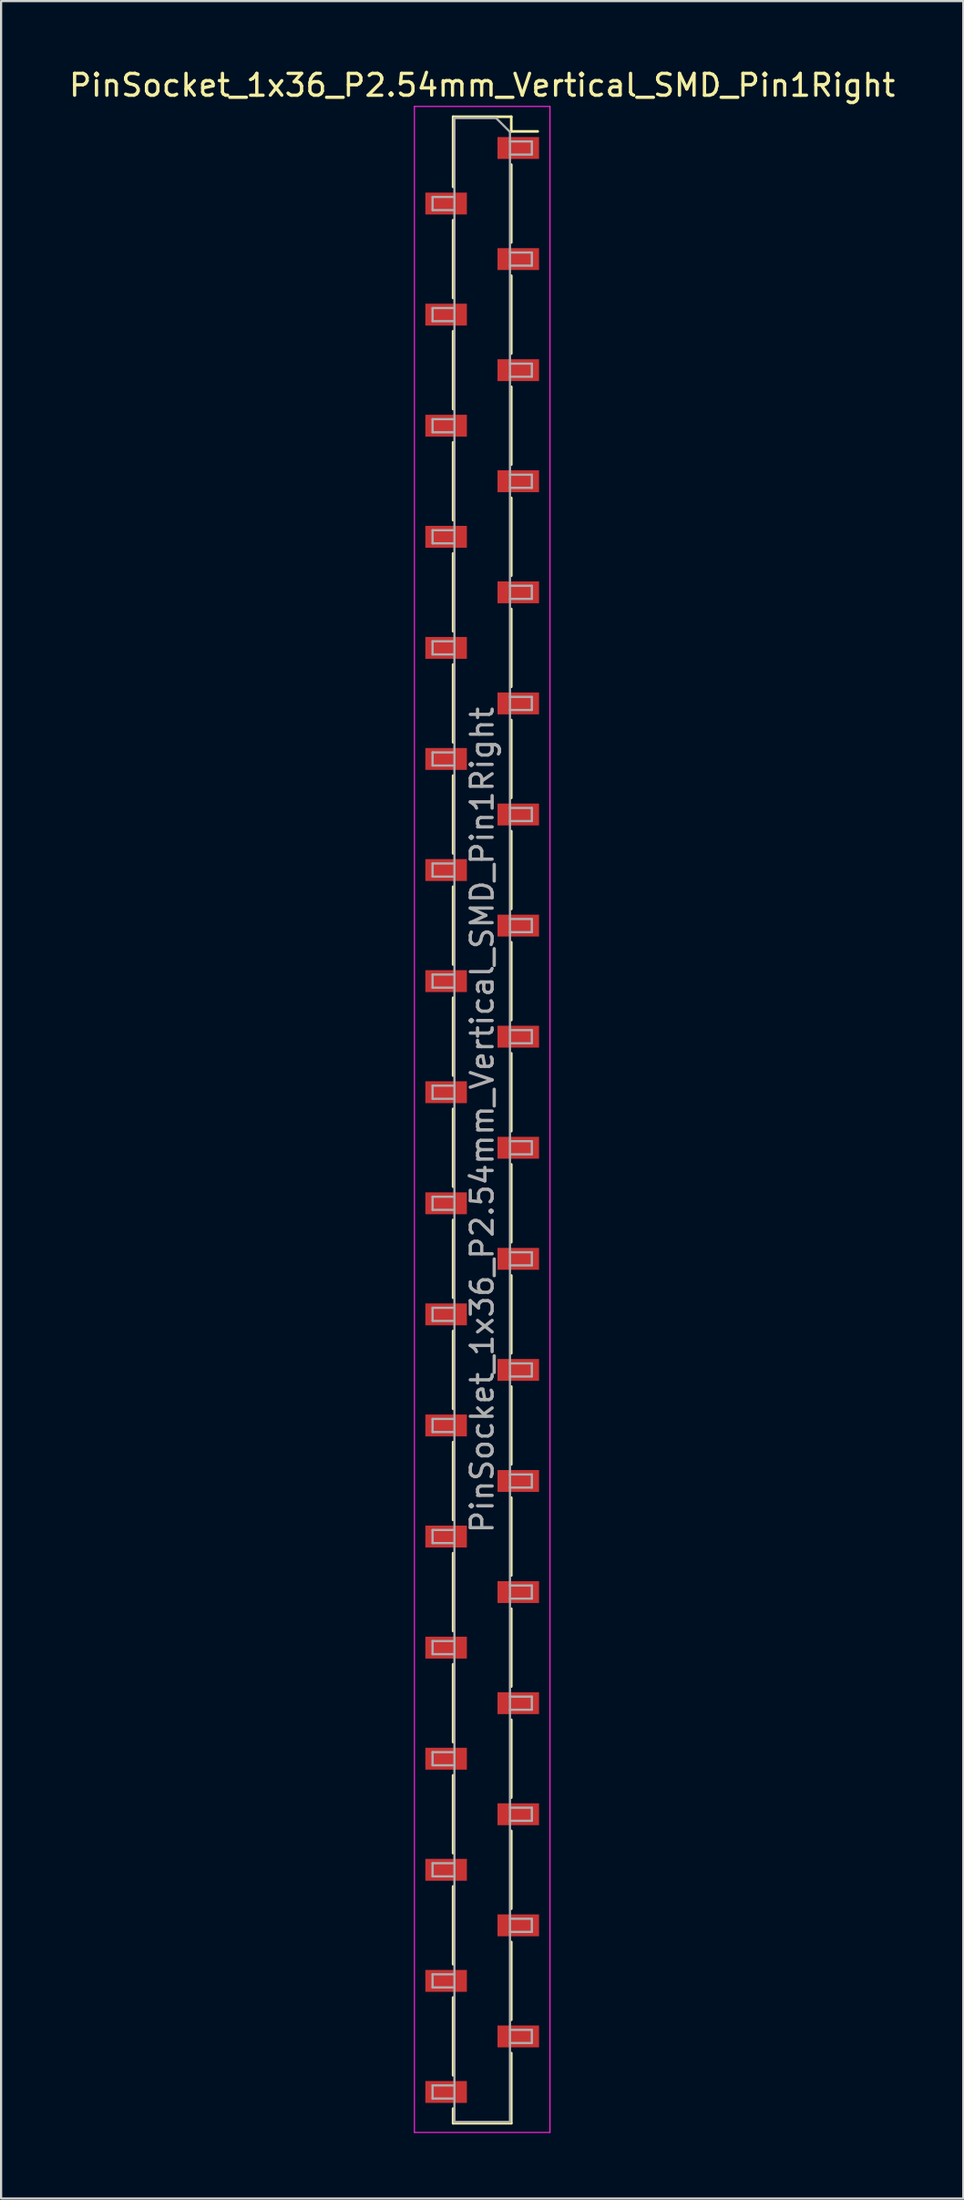
<source format=kicad_pcb>
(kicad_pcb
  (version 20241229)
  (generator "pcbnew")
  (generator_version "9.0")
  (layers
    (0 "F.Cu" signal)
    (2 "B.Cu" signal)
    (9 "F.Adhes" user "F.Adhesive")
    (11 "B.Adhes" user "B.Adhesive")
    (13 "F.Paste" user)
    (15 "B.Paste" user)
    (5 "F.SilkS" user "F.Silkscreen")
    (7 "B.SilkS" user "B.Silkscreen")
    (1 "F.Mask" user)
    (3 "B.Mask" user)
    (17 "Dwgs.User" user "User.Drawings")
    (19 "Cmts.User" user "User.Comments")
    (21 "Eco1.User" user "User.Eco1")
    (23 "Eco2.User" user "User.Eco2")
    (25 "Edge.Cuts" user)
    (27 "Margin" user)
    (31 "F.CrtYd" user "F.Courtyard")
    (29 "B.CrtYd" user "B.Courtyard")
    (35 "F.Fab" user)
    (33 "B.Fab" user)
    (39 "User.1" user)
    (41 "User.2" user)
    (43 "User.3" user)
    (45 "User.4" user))
  (footprint "PinSocket_1x36_P2.54mm_Vertical_SMD_Pin1Right"
    (layer "F.Cu")
    (at 19.006 48.168)
    (property "Reference" "PinSocket_1x36_P2.54mm_Vertical_SMD_Pin1Right" (at 0 -47.32 0) (layer "F.SilkS") (effects (font (size 1 1) (thickness 0.15))))
    (attr smd)
    (fp_line (start -1.33 -45.88) (end -1.33 -42.67) (stroke (width 0.12) (type solid)) (layer "F.SilkS"))
    (fp_line (start -1.33 -45.88) (end 1.33 -45.88) (stroke (width 0.12) (type solid)) (layer "F.SilkS"))
    (fp_line (start -1.33 -41.15) (end -1.33 -37.59) (stroke (width 0.12) (type solid)) (layer "F.SilkS"))
    (fp_line (start -1.33 -36.07) (end -1.33 -32.51) (stroke (width 0.12) (type solid)) (layer "F.SilkS"))
    (fp_line (start -1.33 -30.99) (end -1.33 -27.43) (stroke (width 0.12) (type solid)) (layer "F.SilkS"))
    (fp_line (start -1.33 -25.91) (end -1.33 -22.35) (stroke (width 0.12) (type solid)) (layer "F.SilkS"))
    (fp_line (start -1.33 -20.83) (end -1.33 -17.27) (stroke (width 0.12) (type solid)) (layer "F.SilkS"))
    (fp_line (start -1.33 -15.75) (end -1.33 -12.19) (stroke (width 0.12) (type solid)) (layer "F.SilkS"))
    (fp_line (start -1.33 -10.67) (end -1.33 -7.11) (stroke (width 0.12) (type solid)) (layer "F.SilkS"))
    (fp_line (start -1.33 -5.59) (end -1.33 -2.03) (stroke (width 0.12) (type solid)) (layer "F.SilkS"))
    (fp_line (start -1.33 -0.51) (end -1.33 3.05) (stroke (width 0.12) (type solid)) (layer "F.SilkS"))
    (fp_line (start -1.33 4.57) (end -1.33 8.13) (stroke (width 0.12) (type solid)) (layer "F.SilkS"))
    (fp_line (start -1.33 9.65) (end -1.33 13.21) (stroke (width 0.12) (type solid)) (layer "F.SilkS"))
    (fp_line (start -1.33 14.73) (end -1.33 18.29) (stroke (width 0.12) (type solid)) (layer "F.SilkS"))
    (fp_line (start -1.33 19.81) (end -1.33 23.37) (stroke (width 0.12) (type solid)) (layer "F.SilkS"))
    (fp_line (start -1.33 24.89) (end -1.33 28.45) (stroke (width 0.12) (type solid)) (layer "F.SilkS"))
    (fp_line (start -1.33 29.97) (end -1.33 33.53) (stroke (width 0.12) (type solid)) (layer "F.SilkS"))
    (fp_line (start -1.33 35.05) (end -1.33 38.61) (stroke (width 0.12) (type solid)) (layer "F.SilkS"))
    (fp_line (start -1.33 40.13) (end -1.33 43.69) (stroke (width 0.12) (type solid)) (layer "F.SilkS"))
    (fp_line (start -1.33 45.21) (end -1.33 45.88) (stroke (width 0.12) (type solid)) (layer "F.SilkS"))
    (fp_line (start -1.33 45.88) (end 1.33 45.88) (stroke (width 0.12) (type solid)) (layer "F.SilkS"))
    (fp_line (start 1.33 -45.88) (end 1.33 -45.21) (stroke (width 0.12) (type solid)) (layer "F.SilkS"))
    (fp_line (start 1.33 -45.21) (end 2.54 -45.21) (stroke (width 0.12) (type solid)) (layer "F.SilkS"))
    (fp_line (start 1.33 -43.69) (end 1.33 -40.13) (stroke (width 0.12) (type solid)) (layer "F.SilkS"))
    (fp_line (start 1.33 -38.61) (end 1.33 -35.05) (stroke (width 0.12) (type solid)) (layer "F.SilkS"))
    (fp_line (start 1.33 -33.53) (end 1.33 -29.97) (stroke (width 0.12) (type solid)) (layer "F.SilkS"))
    (fp_line (start 1.33 -28.45) (end 1.33 -24.89) (stroke (width 0.12) (type solid)) (layer "F.SilkS"))
    (fp_line (start 1.33 -23.37) (end 1.33 -19.81) (stroke (width 0.12) (type solid)) (layer "F.SilkS"))
    (fp_line (start 1.33 -18.29) (end 1.33 -14.73) (stroke (width 0.12) (type solid)) (layer "F.SilkS"))
    (fp_line (start 1.33 -13.21) (end 1.33 -9.65) (stroke (width 0.12) (type solid)) (layer "F.SilkS"))
    (fp_line (start 1.33 -8.13) (end 1.33 -4.57) (stroke (width 0.12) (type solid)) (layer "F.SilkS"))
    (fp_line (start 1.33 -3.05) (end 1.33 0.51) (stroke (width 0.12) (type solid)) (layer "F.SilkS"))
    (fp_line (start 1.33 2.03) (end 1.33 5.59) (stroke (width 0.12) (type solid)) (layer "F.SilkS"))
    (fp_line (start 1.33 7.11) (end 1.33 10.67) (stroke (width 0.12) (type solid)) (layer "F.SilkS"))
    (fp_line (start 1.33 12.19) (end 1.33 15.75) (stroke (width 0.12) (type solid)) (layer "F.SilkS"))
    (fp_line (start 1.33 17.27) (end 1.33 20.83) (stroke (width 0.12) (type solid)) (layer "F.SilkS"))
    (fp_line (start 1.33 22.35) (end 1.33 25.91) (stroke (width 0.12) (type solid)) (layer "F.SilkS"))
    (fp_line (start 1.33 27.43) (end 1.33 30.99) (stroke (width 0.12) (type solid)) (layer "F.SilkS"))
    (fp_line (start 1.33 32.51) (end 1.33 36.07) (stroke (width 0.12) (type solid)) (layer "F.SilkS"))
    (fp_line (start 1.33 37.59) (end 1.33 41.15) (stroke (width 0.12) (type solid)) (layer "F.SilkS"))
    (fp_line (start 1.33 42.67) (end 1.33 45.88) (stroke (width 0.12) (type solid)) (layer "F.SilkS"))
    (fp_line (start -3.1 -46.35) (end 3.1 -46.35) (stroke (width 0.05) (type solid)) (layer "F.CrtYd"))
    (fp_line (start -3.1 46.3) (end -3.1 -46.35) (stroke (width 0.05) (type solid)) (layer "F.CrtYd"))
    (fp_line (start 3.1 -46.35) (end 3.1 46.3) (stroke (width 0.05) (type solid)) (layer "F.CrtYd"))
    (fp_line (start 3.1 46.3) (end -3.1 46.3) (stroke (width 0.05) (type solid)) (layer "F.CrtYd"))
    (fp_line (start -2.27 -42.21) (end -1.27 -42.21) (stroke (width 0.1) (type solid)) (layer "F.Fab"))
    (fp_line (start -2.27 -41.61) (end -2.27 -42.21) (stroke (width 0.1) (type solid)) (layer "F.Fab"))
    (fp_line (start -2.27 -37.13) (end -1.27 -37.13) (stroke (width 0.1) (type solid)) (layer "F.Fab"))
    (fp_line (start -2.27 -36.53) (end -2.27 -37.13) (stroke (width 0.1) (type solid)) (layer "F.Fab"))
    (fp_line (start -2.27 -32.05) (end -1.27 -32.05) (stroke (width 0.1) (type solid)) (layer "F.Fab"))
    (fp_line (start -2.27 -31.45) (end -2.27 -32.05) (stroke (width 0.1) (type solid)) (layer "F.Fab"))
    (fp_line (start -2.27 -26.97) (end -1.27 -26.97) (stroke (width 0.1) (type solid)) (layer "F.Fab"))
    (fp_line (start -2.27 -26.37) (end -2.27 -26.97) (stroke (width 0.1) (type solid)) (layer "F.Fab"))
    (fp_line (start -2.27 -21.89) (end -1.27 -21.89) (stroke (width 0.1) (type solid)) (layer "F.Fab"))
    (fp_line (start -2.27 -21.29) (end -2.27 -21.89) (stroke (width 0.1) (type solid)) (layer "F.Fab"))
    (fp_line (start -2.27 -16.81) (end -1.27 -16.81) (stroke (width 0.1) (type solid)) (layer "F.Fab"))
    (fp_line (start -2.27 -16.21) (end -2.27 -16.81) (stroke (width 0.1) (type solid)) (layer "F.Fab"))
    (fp_line (start -2.27 -11.73) (end -1.27 -11.73) (stroke (width 0.1) (type solid)) (layer "F.Fab"))
    (fp_line (start -2.27 -11.13) (end -2.27 -11.73) (stroke (width 0.1) (type solid)) (layer "F.Fab"))
    (fp_line (start -2.27 -6.65) (end -1.27 -6.65) (stroke (width 0.1) (type solid)) (layer "F.Fab"))
    (fp_line (start -2.27 -6.05) (end -2.27 -6.65) (stroke (width 0.1) (type solid)) (layer "F.Fab"))
    (fp_line (start -2.27 -1.57) (end -1.27 -1.57) (stroke (width 0.1) (type solid)) (layer "F.Fab"))
    (fp_line (start -2.27 -0.97) (end -2.27 -1.57) (stroke (width 0.1) (type solid)) (layer "F.Fab"))
    (fp_line (start -2.27 3.51) (end -1.27 3.51) (stroke (width 0.1) (type solid)) (layer "F.Fab"))
    (fp_line (start -2.27 4.11) (end -2.27 3.51) (stroke (width 0.1) (type solid)) (layer "F.Fab"))
    (fp_line (start -2.27 8.59) (end -1.27 8.59) (stroke (width 0.1) (type solid)) (layer "F.Fab"))
    (fp_line (start -2.27 9.19) (end -2.27 8.59) (stroke (width 0.1) (type solid)) (layer "F.Fab"))
    (fp_line (start -2.27 13.67) (end -1.27 13.67) (stroke (width 0.1) (type solid)) (layer "F.Fab"))
    (fp_line (start -2.27 14.27) (end -2.27 13.67) (stroke (width 0.1) (type solid)) (layer "F.Fab"))
    (fp_line (start -2.27 18.75) (end -1.27 18.75) (stroke (width 0.1) (type solid)) (layer "F.Fab"))
    (fp_line (start -2.27 19.35) (end -2.27 18.75) (stroke (width 0.1) (type solid)) (layer "F.Fab"))
    (fp_line (start -2.27 23.83) (end -1.27 23.83) (stroke (width 0.1) (type solid)) (layer "F.Fab"))
    (fp_line (start -2.27 24.43) (end -2.27 23.83) (stroke (width 0.1) (type solid)) (layer "F.Fab"))
    (fp_line (start -2.27 28.91) (end -1.27 28.91) (stroke (width 0.1) (type solid)) (layer "F.Fab"))
    (fp_line (start -2.27 29.51) (end -2.27 28.91) (stroke (width 0.1) (type solid)) (layer "F.Fab"))
    (fp_line (start -2.27 33.99) (end -1.27 33.99) (stroke (width 0.1) (type solid)) (layer "F.Fab"))
    (fp_line (start -2.27 34.59) (end -2.27 33.99) (stroke (width 0.1) (type solid)) (layer "F.Fab"))
    (fp_line (start -2.27 39.07) (end -1.27 39.07) (stroke (width 0.1) (type solid)) (layer "F.Fab"))
    (fp_line (start -2.27 39.67) (end -2.27 39.07) (stroke (width 0.1) (type solid)) (layer "F.Fab"))
    (fp_line (start -2.27 44.15) (end -1.27 44.15) (stroke (width 0.1) (type solid)) (layer "F.Fab"))
    (fp_line (start -2.27 44.75) (end -2.27 44.15) (stroke (width 0.1) (type solid)) (layer "F.Fab"))
    (fp_line (start -1.27 -45.82) (end 0.635 -45.82) (stroke (width 0.1) (type solid)) (layer "F.Fab"))
    (fp_line (start -1.27 -41.61) (end -2.27 -41.61) (stroke (width 0.1) (type solid)) (layer "F.Fab"))
    (fp_line (start -1.27 -36.53) (end -2.27 -36.53) (stroke (width 0.1) (type solid)) (layer "F.Fab"))
    (fp_line (start -1.27 -31.45) (end -2.27 -31.45) (stroke (width 0.1) (type solid)) (layer "F.Fab"))
    (fp_line (start -1.27 -26.37) (end -2.27 -26.37) (stroke (width 0.1) (type solid)) (layer "F.Fab"))
    (fp_line (start -1.27 -21.29) (end -2.27 -21.29) (stroke (width 0.1) (type solid)) (layer "F.Fab"))
    (fp_line (start -1.27 -16.21) (end -2.27 -16.21) (stroke (width 0.1) (type solid)) (layer "F.Fab"))
    (fp_line (start -1.27 -11.13) (end -2.27 -11.13) (stroke (width 0.1) (type solid)) (layer "F.Fab"))
    (fp_line (start -1.27 -6.05) (end -2.27 -6.05) (stroke (width 0.1) (type solid)) (layer "F.Fab"))
    (fp_line (start -1.27 -0.97) (end -2.27 -0.97) (stroke (width 0.1) (type solid)) (layer "F.Fab"))
    (fp_line (start -1.27 4.11) (end -2.27 4.11) (stroke (width 0.1) (type solid)) (layer "F.Fab"))
    (fp_line (start -1.27 9.19) (end -2.27 9.19) (stroke (width 0.1) (type solid)) (layer "F.Fab"))
    (fp_line (start -1.27 14.27) (end -2.27 14.27) (stroke (width 0.1) (type solid)) (layer "F.Fab"))
    (fp_line (start -1.27 19.35) (end -2.27 19.35) (stroke (width 0.1) (type solid)) (layer "F.Fab"))
    (fp_line (start -1.27 24.43) (end -2.27 24.43) (stroke (width 0.1) (type solid)) (layer "F.Fab"))
    (fp_line (start -1.27 29.51) (end -2.27 29.51) (stroke (width 0.1) (type solid)) (layer "F.Fab"))
    (fp_line (start -1.27 34.59) (end -2.27 34.59) (stroke (width 0.1) (type solid)) (layer "F.Fab"))
    (fp_line (start -1.27 39.67) (end -2.27 39.67) (stroke (width 0.1) (type solid)) (layer "F.Fab"))
    (fp_line (start -1.27 44.75) (end -2.27 44.75) (stroke (width 0.1) (type solid)) (layer "F.Fab"))
    (fp_line (start -1.27 45.82) (end -1.27 -45.82) (stroke (width 0.1) (type solid)) (layer "F.Fab"))
    (fp_line (start 0.635 -45.82) (end 1.27 -45.185) (stroke (width 0.1) (type solid)) (layer "F.Fab"))
    (fp_line (start 1.27 -45.185) (end 1.27 45.82) (stroke (width 0.1) (type solid)) (layer "F.Fab"))
    (fp_line (start 1.27 -44.75) (end 2.27 -44.75) (stroke (width 0.1) (type solid)) (layer "F.Fab"))
    (fp_line (start 1.27 -39.67) (end 2.27 -39.67) (stroke (width 0.1) (type solid)) (layer "F.Fab"))
    (fp_line (start 1.27 -34.59) (end 2.27 -34.59) (stroke (width 0.1) (type solid)) (layer "F.Fab"))
    (fp_line (start 1.27 -29.51) (end 2.27 -29.51) (stroke (width 0.1) (type solid)) (layer "F.Fab"))
    (fp_line (start 1.27 -24.43) (end 2.27 -24.43) (stroke (width 0.1) (type solid)) (layer "F.Fab"))
    (fp_line (start 1.27 -19.35) (end 2.27 -19.35) (stroke (width 0.1) (type solid)) (layer "F.Fab"))
    (fp_line (start 1.27 -14.27) (end 2.27 -14.27) (stroke (width 0.1) (type solid)) (layer "F.Fab"))
    (fp_line (start 1.27 -9.19) (end 2.27 -9.19) (stroke (width 0.1) (type solid)) (layer "F.Fab"))
    (fp_line (start 1.27 -4.11) (end 2.27 -4.11) (stroke (width 0.1) (type solid)) (layer "F.Fab"))
    (fp_line (start 1.27 0.97) (end 2.27 0.97) (stroke (width 0.1) (type solid)) (layer "F.Fab"))
    (fp_line (start 1.27 6.05) (end 2.27 6.05) (stroke (width 0.1) (type solid)) (layer "F.Fab"))
    (fp_line (start 1.27 11.13) (end 2.27 11.13) (stroke (width 0.1) (type solid)) (layer "F.Fab"))
    (fp_line (start 1.27 16.21) (end 2.27 16.21) (stroke (width 0.1) (type solid)) (layer "F.Fab"))
    (fp_line (start 1.27 21.29) (end 2.27 21.29) (stroke (width 0.1) (type solid)) (layer "F.Fab"))
    (fp_line (start 1.27 26.37) (end 2.27 26.37) (stroke (width 0.1) (type solid)) (layer "F.Fab"))
    (fp_line (start 1.27 31.45) (end 2.27 31.45) (stroke (width 0.1) (type solid)) (layer "F.Fab"))
    (fp_line (start 1.27 36.53) (end 2.27 36.53) (stroke (width 0.1) (type solid)) (layer "F.Fab"))
    (fp_line (start 1.27 41.61) (end 2.27 41.61) (stroke (width 0.1) (type solid)) (layer "F.Fab"))
    (fp_line (start 1.27 45.82) (end -1.27 45.82) (stroke (width 0.1) (type solid)) (layer "F.Fab"))
    (fp_line (start 2.27 -44.75) (end 2.27 -44.15) (stroke (width 0.1) (type solid)) (layer "F.Fab"))
    (fp_line (start 2.27 -44.15) (end 1.27 -44.15) (stroke (width 0.1) (type solid)) (layer "F.Fab"))
    (fp_line (start 2.27 -39.67) (end 2.27 -39.07) (stroke (width 0.1) (type solid)) (layer "F.Fab"))
    (fp_line (start 2.27 -39.07) (end 1.27 -39.07) (stroke (width 0.1) (type solid)) (layer "F.Fab"))
    (fp_line (start 2.27 -34.59) (end 2.27 -33.99) (stroke (width 0.1) (type solid)) (layer "F.Fab"))
    (fp_line (start 2.27 -33.99) (end 1.27 -33.99) (stroke (width 0.1) (type solid)) (layer "F.Fab"))
    (fp_line (start 2.27 -29.51) (end 2.27 -28.91) (stroke (width 0.1) (type solid)) (layer "F.Fab"))
    (fp_line (start 2.27 -28.91) (end 1.27 -28.91) (stroke (width 0.1) (type solid)) (layer "F.Fab"))
    (fp_line (start 2.27 -24.43) (end 2.27 -23.83) (stroke (width 0.1) (type solid)) (layer "F.Fab"))
    (fp_line (start 2.27 -23.83) (end 1.27 -23.83) (stroke (width 0.1) (type solid)) (layer "F.Fab"))
    (fp_line (start 2.27 -19.35) (end 2.27 -18.75) (stroke (width 0.1) (type solid)) (layer "F.Fab"))
    (fp_line (start 2.27 -18.75) (end 1.27 -18.75) (stroke (width 0.1) (type solid)) (layer "F.Fab"))
    (fp_line (start 2.27 -14.27) (end 2.27 -13.67) (stroke (width 0.1) (type solid)) (layer "F.Fab"))
    (fp_line (start 2.27 -13.67) (end 1.27 -13.67) (stroke (width 0.1) (type solid)) (layer "F.Fab"))
    (fp_line (start 2.27 -9.19) (end 2.27 -8.59) (stroke (width 0.1) (type solid)) (layer "F.Fab"))
    (fp_line (start 2.27 -8.59) (end 1.27 -8.59) (stroke (width 0.1) (type solid)) (layer "F.Fab"))
    (fp_line (start 2.27 -4.11) (end 2.27 -3.51) (stroke (width 0.1) (type solid)) (layer "F.Fab"))
    (fp_line (start 2.27 -3.51) (end 1.27 -3.51) (stroke (width 0.1) (type solid)) (layer "F.Fab"))
    (fp_line (start 2.27 0.97) (end 2.27 1.57) (stroke (width 0.1) (type solid)) (layer "F.Fab"))
    (fp_line (start 2.27 1.57) (end 1.27 1.57) (stroke (width 0.1) (type solid)) (layer "F.Fab"))
    (fp_line (start 2.27 6.05) (end 2.27 6.65) (stroke (width 0.1) (type solid)) (layer "F.Fab"))
    (fp_line (start 2.27 6.65) (end 1.27 6.65) (stroke (width 0.1) (type solid)) (layer "F.Fab"))
    (fp_line (start 2.27 11.13) (end 2.27 11.73) (stroke (width 0.1) (type solid)) (layer "F.Fab"))
    (fp_line (start 2.27 11.73) (end 1.27 11.73) (stroke (width 0.1) (type solid)) (layer "F.Fab"))
    (fp_line (start 2.27 16.21) (end 2.27 16.81) (stroke (width 0.1) (type solid)) (layer "F.Fab"))
    (fp_line (start 2.27 16.81) (end 1.27 16.81) (stroke (width 0.1) (type solid)) (layer "F.Fab"))
    (fp_line (start 2.27 21.29) (end 2.27 21.89) (stroke (width 0.1) (type solid)) (layer "F.Fab"))
    (fp_line (start 2.27 21.89) (end 1.27 21.89) (stroke (width 0.1) (type solid)) (layer "F.Fab"))
    (fp_line (start 2.27 26.37) (end 2.27 26.97) (stroke (width 0.1) (type solid)) (layer "F.Fab"))
    (fp_line (start 2.27 26.97) (end 1.27 26.97) (stroke (width 0.1) (type solid)) (layer "F.Fab"))
    (fp_line (start 2.27 31.45) (end 2.27 32.05) (stroke (width 0.1) (type solid)) (layer "F.Fab"))
    (fp_line (start 2.27 32.05) (end 1.27 32.05) (stroke (width 0.1) (type solid)) (layer "F.Fab"))
    (fp_line (start 2.27 36.53) (end 2.27 37.13) (stroke (width 0.1) (type solid)) (layer "F.Fab"))
    (fp_line (start 2.27 37.13) (end 1.27 37.13) (stroke (width 0.1) (type solid)) (layer "F.Fab"))
    (fp_line (start 2.27 41.61) (end 2.27 42.21) (stroke (width 0.1) (type solid)) (layer "F.Fab"))
    (fp_line (start 2.27 42.21) (end 1.27 42.21) (stroke (width 0.1) (type solid)) (layer "F.Fab"))
    (fp_text user "${REFERENCE}" (at 0 0 90) (layer "F.Fab") (effects (font (size 1 1) (thickness 0.15))))
    (pad "1" smd rect (at 1.65 -44.45) (size 1.9 1) (layers "F.Cu" "F.Mask" "F.Paste"))
    (pad "2" smd rect (at -1.65 -41.91) (size 1.9 1) (layers "F.Cu" "F.Mask" "F.Paste"))
    (pad "3" smd rect (at 1.65 -39.37) (size 1.9 1) (layers "F.Cu" "F.Mask" "F.Paste"))
    (pad "4" smd rect (at -1.65 -36.83) (size 1.9 1) (layers "F.Cu" "F.Mask" "F.Paste"))
    (pad "5" smd rect (at 1.65 -34.29) (size 1.9 1) (layers "F.Cu" "F.Mask" "F.Paste"))
    (pad "6" smd rect (at -1.65 -31.75) (size 1.9 1) (layers "F.Cu" "F.Mask" "F.Paste"))
    (pad "7" smd rect (at 1.65 -29.21) (size 1.9 1) (layers "F.Cu" "F.Mask" "F.Paste"))
    (pad "8" smd rect (at -1.65 -26.67) (size 1.9 1) (layers "F.Cu" "F.Mask" "F.Paste"))
    (pad "9" smd rect (at 1.65 -24.13) (size 1.9 1) (layers "F.Cu" "F.Mask" "F.Paste"))
    (pad "10" smd rect (at -1.65 -21.59) (size 1.9 1) (layers "F.Cu" "F.Mask" "F.Paste"))
    (pad "11" smd rect (at 1.65 -19.05) (size 1.9 1) (layers "F.Cu" "F.Mask" "F.Paste"))
    (pad "12" smd rect (at -1.65 -16.51) (size 1.9 1) (layers "F.Cu" "F.Mask" "F.Paste"))
    (pad "13" smd rect (at 1.65 -13.97) (size 1.9 1) (layers "F.Cu" "F.Mask" "F.Paste"))
    (pad "14" smd rect (at -1.65 -11.43) (size 1.9 1) (layers "F.Cu" "F.Mask" "F.Paste"))
    (pad "15" smd rect (at 1.65 -8.89) (size 1.9 1) (layers "F.Cu" "F.Mask" "F.Paste"))
    (pad "16" smd rect (at -1.65 -6.35) (size 1.9 1) (layers "F.Cu" "F.Mask" "F.Paste"))
    (pad "17" smd rect (at 1.65 -3.81) (size 1.9 1) (layers "F.Cu" "F.Mask" "F.Paste"))
    (pad "18" smd rect (at -1.65 -1.27) (size 1.9 1) (layers "F.Cu" "F.Mask" "F.Paste"))
    (pad "19" smd rect (at 1.65 1.27) (size 1.9 1) (layers "F.Cu" "F.Mask" "F.Paste"))
    (pad "20" smd rect (at -1.65 3.81) (size 1.9 1) (layers "F.Cu" "F.Mask" "F.Paste"))
    (pad "21" smd rect (at 1.65 6.35) (size 1.9 1) (layers "F.Cu" "F.Mask" "F.Paste"))
    (pad "22" smd rect (at -1.65 8.89) (size 1.9 1) (layers "F.Cu" "F.Mask" "F.Paste"))
    (pad "23" smd rect (at 1.65 11.43) (size 1.9 1) (layers "F.Cu" "F.Mask" "F.Paste"))
    (pad "24" smd rect (at -1.65 13.97) (size 1.9 1) (layers "F.Cu" "F.Mask" "F.Paste"))
    (pad "25" smd rect (at 1.65 16.51) (size 1.9 1) (layers "F.Cu" "F.Mask" "F.Paste"))
    (pad "26" smd rect (at -1.65 19.05) (size 1.9 1) (layers "F.Cu" "F.Mask" "F.Paste"))
    (pad "27" smd rect (at 1.65 21.59) (size 1.9 1) (layers "F.Cu" "F.Mask" "F.Paste"))
    (pad "28" smd rect (at -1.65 24.13) (size 1.9 1) (layers "F.Cu" "F.Mask" "F.Paste"))
    (pad "29" smd rect (at 1.65 26.67) (size 1.9 1) (layers "F.Cu" "F.Mask" "F.Paste"))
    (pad "30" smd rect (at -1.65 29.21) (size 1.9 1) (layers "F.Cu" "F.Mask" "F.Paste"))
    (pad "31" smd rect (at 1.65 31.75) (size 1.9 1) (layers "F.Cu" "F.Mask" "F.Paste"))
    (pad "32" smd rect (at -1.65 34.29) (size 1.9 1) (layers "F.Cu" "F.Mask" "F.Paste"))
    (pad "33" smd rect (at 1.65 36.83) (size 1.9 1) (layers "F.Cu" "F.Mask" "F.Paste"))
    (pad "34" smd rect (at -1.65 39.37) (size 1.9 1) (layers "F.Cu" "F.Mask" "F.Paste"))
    (pad "35" smd rect (at 1.65 41.91) (size 1.9 1) (layers "F.Cu" "F.Mask" "F.Paste"))
    (pad "36" smd rect (at -1.65 44.45) (size 1.9 1) (layers "F.Cu" "F.Mask" "F.Paste")))
  (gr_rect
    (start -3 -3)
    (end 41.012 97.493)
    (stroke (width 0.1) (type default))
    (fill no)
    (layer "Edge.Cuts")))
</source>
